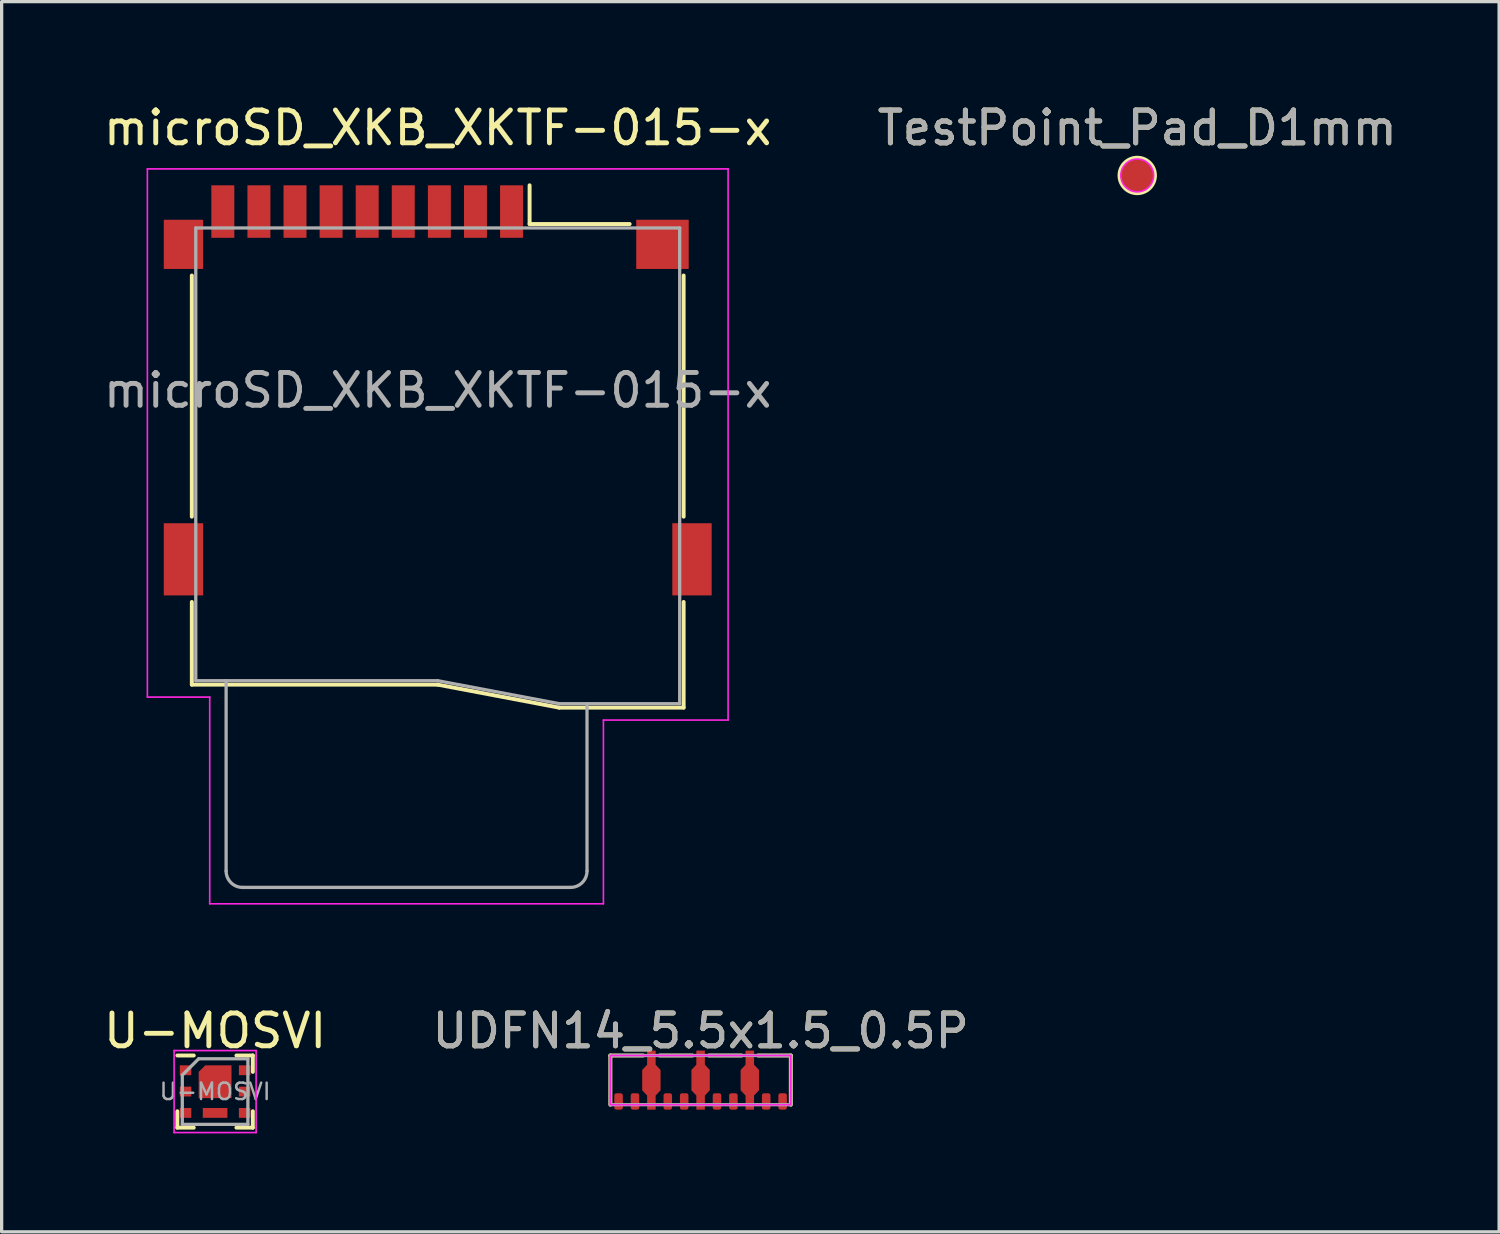
<source format=kicad_pcb>
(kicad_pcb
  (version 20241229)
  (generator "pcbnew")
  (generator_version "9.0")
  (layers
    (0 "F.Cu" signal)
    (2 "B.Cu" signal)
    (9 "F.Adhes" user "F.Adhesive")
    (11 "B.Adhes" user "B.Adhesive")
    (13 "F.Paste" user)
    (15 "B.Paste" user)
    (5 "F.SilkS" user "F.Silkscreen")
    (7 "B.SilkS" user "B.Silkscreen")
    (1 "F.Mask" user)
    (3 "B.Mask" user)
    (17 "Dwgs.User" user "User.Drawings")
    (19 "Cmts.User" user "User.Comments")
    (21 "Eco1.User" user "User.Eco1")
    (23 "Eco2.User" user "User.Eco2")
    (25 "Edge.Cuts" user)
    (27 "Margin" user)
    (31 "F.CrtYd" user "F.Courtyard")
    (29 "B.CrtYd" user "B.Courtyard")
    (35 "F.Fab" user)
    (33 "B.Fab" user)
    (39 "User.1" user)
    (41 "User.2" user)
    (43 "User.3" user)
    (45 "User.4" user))
  (footprint "UDFN14_5.5x1.5_0.5P"
    (layer "F.Cu")
    (at 18.304 29.872)
    (property "Reference" "UDFN14_5.5x1.5_0.5P" (at 0 -1.5 0) (unlocked yes) (layer "F.SilkS") (effects (font (size 1 1) (thickness 0.15))))
    (attr smd)
    (fp_line (start -2.75 -0.75) (end -2.75 0.75) (stroke (width 0.12) (type solid)) (layer "F.SilkS"))
    (fp_line (start -1.75 -0.75) (end -2.75 -0.75) (stroke (width 0.12) (type solid)) (layer "F.SilkS"))
    (fp_line (start -1.25 -0.75) (end -0.25 -0.75) (stroke (width 0.12) (type solid)) (layer "F.SilkS"))
    (fp_line (start 0.25 -0.75) (end 1.25 -0.75) (stroke (width 0.12) (type solid)) (layer "F.SilkS"))
    (fp_line (start 1.75 -0.75) (end 2.75 -0.75) (stroke (width 0.12) (type solid)) (layer "F.SilkS"))
    (fp_line (start 2.75 -0.75) (end 2.75 0.75) (stroke (width 0.12) (type solid)) (layer "F.SilkS"))
    (fp_rect (start -2.75 -0.75) (end 2.75 0.75) (stroke (width 0.05) (type solid)) (fill no) (layer "F.CrtYd"))
    (fp_rect (start -2.75 0.75) (end 2.75 -0.75) (stroke (width 0.1) (type solid)) (fill no) (layer "F.Fab"))
    (fp_text user "${REFERENCE}" (at 0 -1.5 0) (unlocked yes) (layer "F.Fab") (effects (font (size 1 1) (thickness 0.15))))
    (pad "1" smd roundrect (at -2.5 0.65) (size 0.26 0.5) (layers "F.Cu" "F.Mask" "F.Paste") (roundrect_rratio 0.25))
    (pad "2" smd roundrect (at -2 0.65) (size 0.26 0.5) (layers "F.Cu" "F.Mask" "F.Paste") (roundrect_rratio 0.25))
    (pad "3,14" smd custom (at -1.5 0) (size 0.5 0.5) (layers "F.Cu" "F.Mask" "F.Paste") (options (anchor rect)) (primitives (gr_poly (pts (xy -0.13 -0.9) (xy 0.13 -0.9) (xy 0.13 -0.47) (xy 0.28 -0.31) (xy 0.28 0.31) (xy 0.13 0.47) (xy 0.13 0.9) (xy -0.13 0.9) (xy -0.13 0.47) (xy -0.28 0.31) (xy -0.28 -0.31) (xy -0.13 -0.47)) (width 0) (fill yes))))
    (pad "4" smd roundrect (at -1 0.65) (size 0.26 0.5) (layers "F.Cu" "F.Mask" "F.Paste") (roundrect_rratio 0.25))
    (pad "5" smd roundrect (at -0.5 0.65) (size 0.26 0.5) (layers "F.Cu" "F.Mask" "F.Paste") (roundrect_rratio 0.25))
    (pad "6,13" smd custom (at 0 0) (size 0.5 0.5) (layers "F.Cu" "F.Mask" "F.Paste") (options (anchor rect)) (primitives (gr_poly (pts (xy -0.13 -0.9) (xy 0.13 -0.9) (xy 0.13 -0.47) (xy 0.28 -0.31) (xy 0.28 0.31) (xy 0.13 0.47) (xy 0.13 0.9) (xy -0.13 0.9) (xy -0.13 0.47) (xy -0.28 0.31) (xy -0.28 -0.31) (xy -0.13 -0.47)) (width 0) (fill yes))))
    (pad "7" smd roundrect (at 0.5 0.65) (size 0.26 0.5) (layers "F.Cu" "F.Mask" "F.Paste") (roundrect_rratio 0.25))
    (pad "8" smd roundrect (at 1 0.65) (size 0.26 0.5) (layers "F.Cu" "F.Mask" "F.Paste") (roundrect_rratio 0.25))
    (pad "9,12" smd custom (at 1.5 0) (size 0.5 0.5) (layers "F.Cu" "F.Mask" "F.Paste") (options (anchor rect)) (primitives (gr_poly (pts (xy -0.13 -0.9) (xy 0.13 -0.9) (xy 0.13 -0.47) (xy 0.28 -0.31) (xy 0.28 0.31) (xy 0.13 0.47) (xy 0.13 0.9) (xy -0.13 0.9) (xy -0.13 0.47) (xy -0.28 0.31) (xy -0.28 -0.31) (xy -0.13 -0.47)) (width 0) (fill yes))))
    (pad "10" smd roundrect (at 2 0.65) (size 0.26 0.5) (layers "F.Cu" "F.Mask" "F.Paste") (roundrect_rratio 0.25))
    (pad "11" smd roundrect (at 2.5 0.65) (size 0.26 0.5) (layers "F.Cu" "F.Mask" "F.Paste") (roundrect_rratio 0.25)))
  (footprint "TestPoint_Pad_D1mm"
    (layer "F.Cu")
    (at 31.613 2.298)
    (property "Reference" "TestPoint_Pad_D1mm" (at 0 -1.448 0) (layer "F.SilkS") (effects (font (size 1 1) (thickness 0.15))))
    (attr exclude_from_pos_files exclude_from_bom)
    (fp_circle (center 0 0) (end 0.55 0) (stroke (width 0.1) (type solid)) (fill no) (layer "F.SilkS"))
    (fp_circle (center 0 0) (end 0.5 0) (stroke (width 0.05) (type default)) (fill no) (layer "F.CrtYd"))
    (fp_text user "${REFERENCE}" (at 0 -1.45 0) (layer "F.Fab") (effects (font (size 1 1) (thickness 0.15))))
    (pad "1" smd circle (at 0 0) (size 1 1) (layers "F.Cu" "F.Mask")))
  (footprint "U-MOSVI"
    (layer "F.Cu")
    (at 3.506 30.221)
    (property "Reference" "U-MOSVI" (at 0 -1.85 0) (layer "F.SilkS") (effects (font (size 1 1) (thickness 0.15))))
    (attr smd)
    (fp_line (start -1.15 1.1) (end -1.15 0.6) (stroke (width 0.12) (type solid)) (layer "F.SilkS"))
    (fp_line (start -0.65 -1.1) (end -1.15 -1.1) (stroke (width 0.12) (type solid)) (layer "F.SilkS"))
    (fp_line (start -0.65 1.1) (end -1.15 1.1) (stroke (width 0.12) (type solid)) (layer "F.SilkS"))
    (fp_line (start 0.65 -1.1) (end 1.15 -1.1) (stroke (width 0.12) (type solid)) (layer "F.SilkS"))
    (fp_line (start 1.15 -1.1) (end 1.15 -0.6) (stroke (width 0.12) (type solid)) (layer "F.SilkS"))
    (fp_line (start 1.15 0.6) (end 1.15 1.1) (stroke (width 0.12) (type solid)) (layer "F.SilkS"))
    (fp_line (start 1.15 1.1) (end 0.65 1.1) (stroke (width 0.12) (type solid)) (layer "F.SilkS"))
    (fp_line (start -1.25 -1.25) (end 1.25 -1.25) (stroke (width 0.05) (type solid)) (layer "F.CrtYd"))
    (fp_line (start -1.25 1.25) (end -1.25 -1.25) (stroke (width 0.05) (type solid)) (layer "F.CrtYd"))
    (fp_line (start 1.25 -1.25) (end 1.25 1.25) (stroke (width 0.05) (type solid)) (layer "F.CrtYd"))
    (fp_line (start 1.25 1.25) (end -1.25 1.25) (stroke (width 0.05) (type solid)) (layer "F.CrtYd"))
    (fp_line (start -1 -0.5) (end -0.5 -1) (stroke (width 0.1) (type solid)) (layer "F.Fab"))
    (fp_line (start -1 1) (end -1 -0.5) (stroke (width 0.1) (type solid)) (layer "F.Fab"))
    (fp_line (start -0.5 -1) (end 1 -1) (stroke (width 0.1) (type solid)) (layer "F.Fab"))
    (fp_line (start 1 -1) (end 1 1) (stroke (width 0.1) (type solid)) (layer "F.Fab"))
    (fp_line (start 1 1) (end -1 1) (stroke (width 0.1) (type solid)) (layer "F.Fab"))
    (fp_text user "${REFERENCE}" (at 0 0 0) (layer "F.Fab") (effects (font (size 0.5 0.5) (thickness 0.075))))
    (pad "1" smd rect (at -0.9 -0.65 90) (size 0.3 0.35) (layers "F.Cu" "F.Mask" "F.Paste"))
    (pad "2" smd rect (at -0.9 0 90) (size 0.3 0.35) (layers "F.Cu" "F.Mask" "F.Paste"))
    (pad "3" smd rect (at -0.9 0.65 90) (size 0.3 0.35) (layers "F.Cu" "F.Mask" "F.Paste"))
    (pad "4" smd rect (at 0.9 0.65 90) (size 0.3 0.35) (layers "F.Cu" "F.Mask" "F.Paste"))
    (pad "5" smd rect (at 0.9 0 90) (size 0.3 0.35) (layers "F.Cu" "F.Mask" "F.Paste"))
    (pad "6" smd rect (at 0.9 -0.65 90) (size 0.3 0.35) (layers "F.Cu" "F.Mask" "F.Paste"))
    (pad "7" smd trapezoid (at 0 0.65 90) (size 0.3 0.75) (layers "F.Cu" "F.Mask" "F.Paste"))
    (pad "8" smd roundrect (at 0 -0.3) (size 1 1) (layers "F.Cu" "F.Mask" "F.Paste") (roundrect_rratio 0) (chamfer_ratio 0.2) (chamfer top_left)))
  (footprint "microSD_XKB_XKTF-015-x"
    (layer "F.Cu")
    (at 10.292 8.848)
    (property "Reference" "microSD_XKB_XKTF-015-x" (at 0 -8 0) (unlocked yes) (layer "F.SilkS") (effects (font (size 1 1) (thickness 0.15))))
    (attr smd)
    (fp_line (start -7.495 -3.5) (end -7.495 3.85) (stroke (width 0.12) (type solid)) (layer "F.SilkS"))
    (fp_line (start -7.495 6.45) (end -7.495 8.97) (stroke (width 0.12) (type solid)) (layer "F.SilkS"))
    (fp_line (start -7.495 8.97) (end 0 8.97) (stroke (width 0.12) (type solid)) (layer "F.SilkS"))
    (fp_line (start 0 8.97) (end 3.7 9.67) (stroke (width 0.12) (type solid)) (layer "F.SilkS"))
    (fp_line (start 2.8 -5.07) (end 2.8 -6.25) (stroke (width 0.12) (type solid)) (layer "F.SilkS"))
    (fp_line (start 3.7 9.67) (end 7.495 9.67) (stroke (width 0.12) (type solid)) (layer "F.SilkS"))
    (fp_line (start 5.85 -5.07) (end 2.8 -5.07) (stroke (width 0.12) (type solid)) (layer "F.SilkS"))
    (fp_line (start 7.495 3.85) (end 7.495 -3.5) (stroke (width 0.12) (type solid)) (layer "F.SilkS"))
    (fp_line (start 7.495 9.67) (end 7.495 6.45) (stroke (width 0.12) (type solid)) (layer "F.SilkS"))
    (fp_line (start -8.85 -6.75) (end 8.85 -6.75) (stroke (width 0.05) (type solid)) (layer "F.CrtYd"))
    (fp_line (start -8.85 9.35) (end -8.85 -6.75) (stroke (width 0.05) (type solid)) (layer "F.CrtYd"))
    (fp_line (start -6.95 9.35) (end -8.85 9.35) (stroke (width 0.05) (type solid)) (layer "F.CrtYd"))
    (fp_line (start -6.95 15.65) (end -6.95 9.35) (stroke (width 0.05) (type solid)) (layer "F.CrtYd"))
    (fp_line (start 5.05 10.05) (end 5.05 15.65) (stroke (width 0.05) (type solid)) (layer "F.CrtYd"))
    (fp_line (start 5.05 15.65) (end -6.95 15.65) (stroke (width 0.05) (type solid)) (layer "F.CrtYd"))
    (fp_line (start 8.85 -6.75) (end 8.85 10.05) (stroke (width 0.05) (type solid)) (layer "F.CrtYd"))
    (fp_line (start 8.85 10.05) (end 5.05 10.05) (stroke (width 0.05) (type solid)) (layer "F.CrtYd"))
    (fp_line (start -7.375 -4.95) (end -7.375 8.85) (stroke (width 0.1) (type solid)) (layer "F.Fab"))
    (fp_line (start -7.375 8.85) (end 0 8.85) (stroke (width 0.1) (type solid)) (layer "F.Fab"))
    (fp_line (start -6.45 8.85) (end -6.45 14.65) (stroke (width 0.1) (type solid)) (layer "F.Fab"))
    (fp_line (start -5.95 15.15) (end 4.05 15.15) (stroke (width 0.1) (type solid)) (layer "F.Fab"))
    (fp_line (start 0 8.85) (end 3.7 9.55) (stroke (width 0.1) (type solid)) (layer "F.Fab"))
    (fp_line (start 3.7 9.55) (end 7.375 9.55) (stroke (width 0.1) (type solid)) (layer "F.Fab"))
    (fp_line (start 4.55 14.65) (end 4.55 9.55) (stroke (width 0.1) (type solid)) (layer "F.Fab"))
    (fp_line (start 7.375 -4.95) (end -7.375 -4.95) (stroke (width 0.1) (type solid)) (layer "F.Fab"))
    (fp_line (start 7.375 9.55) (end 7.375 -4.95) (stroke (width 0.1) (type solid)) (layer "F.Fab"))
    (fp_arc (start -5.95 15.15) (mid -6.303553 15.003553) (end -6.45 14.65) (stroke (width 0.1) (type solid)) (layer "F.Fab"))
    (fp_arc (start 4.55 14.65) (mid 4.403553 15.003553) (end 4.05 15.15) (stroke (width 0.1) (type solid)) (layer "F.Fab"))
    (fp_text user "${REFERENCE}" (at 0 0 0) (unlocked yes) (layer "F.Fab") (effects (font (size 1 1) (thickness 0.15))))
    (pad "" smd circle (at -4.95 5.55) (size 1 1) (layers "F.Paste"))
    (pad "" smd circle (at 3.05 5.55) (size 1 1) (layers "F.Paste"))
    (pad "1" smd rect (at 2.25 -5.45) (size 0.7 1.6) (layers "F.Cu" "F.Mask" "F.Paste"))
    (pad "2" smd rect (at 1.15 -5.45) (size 0.7 1.6) (layers "F.Cu" "F.Mask" "F.Paste"))
    (pad "3" smd rect (at 0.05 -5.45) (size 0.7 1.6) (layers "F.Cu" "F.Mask" "F.Paste"))
    (pad "4" smd rect (at -1.05 -5.45) (size 0.7 1.6) (layers "F.Cu" "F.Mask" "F.Paste"))
    (pad "5" smd rect (at -2.15 -5.45) (size 0.7 1.6) (layers "F.Cu" "F.Mask" "F.Paste"))
    (pad "6" smd rect (at -3.25 -5.45) (size 0.7 1.6) (layers "F.Cu" "F.Mask" "F.Paste"))
    (pad "7" smd rect (at -4.35 -5.45) (size 0.7 1.6) (layers "F.Cu" "F.Mask" "F.Paste"))
    (pad "8" smd rect (at -5.45 -5.45) (size 0.7 1.6) (layers "F.Cu" "F.Mask" "F.Paste"))
    (pad "9" smd rect (at -6.55 -5.45) (size 0.7 1.6) (layers "F.Cu" "F.Mask" "F.Paste"))
    (pad "10" smd rect (at -7.75 -4.45) (size 1.2 1.5) (layers "F.Cu" "F.Mask" "F.Paste"))
    (pad "10" smd rect (at -7.75 5.15) (size 1.2 2.2) (layers "F.Cu" "F.Mask" "F.Paste"))
    (pad "10" smd rect (at 6.85 -4.45) (size 1.6 1.5) (layers "F.Cu" "F.Mask" "F.Paste"))
    (pad "10" smd rect (at 7.75 5.15) (size 1.2 2.2) (layers "F.Cu" "F.Mask" "F.Paste")))
  (gr_rect
    (start -3 -3)
    (end 42.643 34.496)
    (stroke (width 0.1) (type default))
    (fill no)
    (layer "Edge.Cuts")))
</source>
